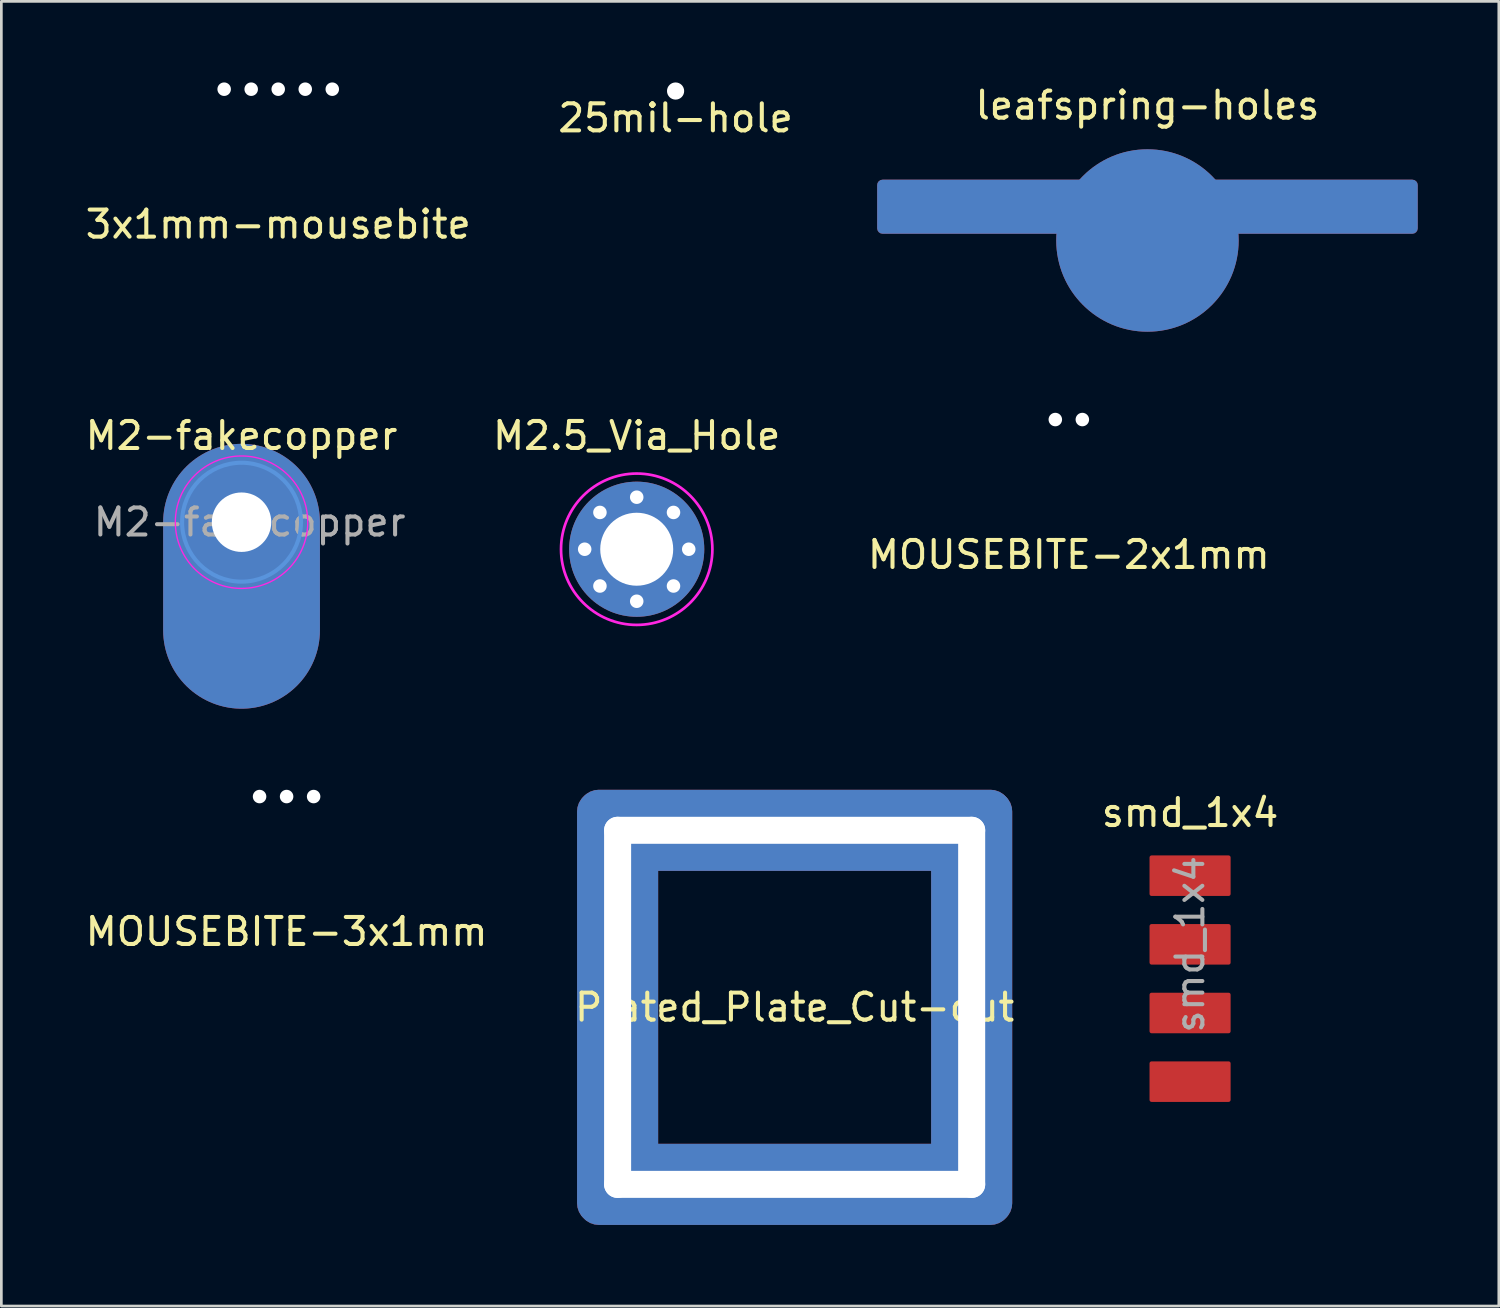
<source format=kicad_pcb>
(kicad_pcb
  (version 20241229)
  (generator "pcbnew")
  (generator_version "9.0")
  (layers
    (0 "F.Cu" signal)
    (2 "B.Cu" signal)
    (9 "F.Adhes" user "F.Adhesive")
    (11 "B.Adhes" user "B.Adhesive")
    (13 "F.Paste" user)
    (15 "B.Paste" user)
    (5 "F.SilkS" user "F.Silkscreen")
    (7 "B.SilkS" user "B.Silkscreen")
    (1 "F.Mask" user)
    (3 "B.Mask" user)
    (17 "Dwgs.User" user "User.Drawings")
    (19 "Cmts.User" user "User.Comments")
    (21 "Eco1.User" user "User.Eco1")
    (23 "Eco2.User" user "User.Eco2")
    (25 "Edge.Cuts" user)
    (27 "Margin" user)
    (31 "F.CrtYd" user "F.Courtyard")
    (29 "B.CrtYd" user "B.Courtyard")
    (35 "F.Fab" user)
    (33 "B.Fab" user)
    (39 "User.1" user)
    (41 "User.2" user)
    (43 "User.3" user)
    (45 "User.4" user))
  (footprint "smd_1x4"
    (layer "F.Cu")
    (at 40.982 33.16)
    (property "Reference" "smd_1x4" (at 0 -6.14 0) (layer "F.SilkS") (effects (font (size 1 1) (thickness 0.15))))
    (attr through_hole)
    (fp_text user "${REFERENCE}" (at 0 -1.27 270) (layer "F.Fab") (effects (font (size 1 1) (thickness 0.15))))
    (pad "1" smd roundrect (at 0 -3.81) (size 3 1.5) (layers "F.Cu" "F.Mask" "F.Paste") (roundrect_rratio 0.05))
    (pad "2" smd roundrect (at 0 -1.27) (size 3 1.5) (layers "F.Cu" "F.Mask" "F.Paste") (roundrect_rratio 0.05))
    (pad "3" smd roundrect (at 0 1.27) (size 3 1.5) (layers "F.Cu" "F.Mask" "F.Paste") (roundrect_rratio 0.05))
    (pad "4" smd roundrect (at 0 3.81) (size 3 1.5) (layers "F.Cu" "F.Mask" "F.Paste") (roundrect_rratio 0.05)))
  (footprint "3x1mm-mousebite"
    (layer "F.Cu")
    (at 7.244 0.25)
    (property "Reference" "3x1mm-mousebite" (at 0 5 0) (layer "F.SilkS") (effects (font (size 1 1) (thickness 0.15))))
    (attr through_hole)
    (pad "" np_thru_hole circle (at -2 0) (size 0.5 0.5) (drill 0.5) (layers "*.Cu" "*.Mask"))
    (pad "" np_thru_hole circle (at -1 0) (size 0.5 0.5) (drill 0.5) (layers "*.Cu" "*.Mask"))
    (pad "" np_thru_hole circle (at 0 0) (size 0.5 0.5) (drill 0.5) (layers "*.Cu" "*.Mask"))
    (pad "" np_thru_hole circle (at 1 0) (size 0.5 0.5) (drill 0.5) (layers "*.Cu" "*.Mask"))
    (pad "" np_thru_hole circle (at 2 0) (size 0.5 0.5) (drill 0.5) (layers "*.Cu" "*.Mask")))
  (footprint "MOUSEBITE-2x1mm"
    (layer "F.Cu")
    (at 36.496 12.473)
    (property "Reference" "MOUSEBITE-2x1mm" (at 0 5 0) (layer "F.SilkS") (effects (font (size 1 1) (thickness 0.15))))
    (attr through_hole)
    (pad "" np_thru_hole circle (at -0.5 0) (size 0.5 0.5) (drill 0.5) (layers "*.Cu" "*.Mask"))
    (pad "" np_thru_hole circle (at 0.5 0) (size 0.5 0.5) (drill 0.5) (layers "*.Cu" "*.Mask")))
  (footprint "25mil-hole"
    (layer "F.Cu")
    (at 21.946 0.318)
    (property "Reference" "25mil-hole" (at 0 1 0) (layer "F.SilkS") (effects (font (size 1 1) (thickness 0.15))))
    (attr through_hole)
    (pad "" np_thru_hole circle (at 0 0) (size 0.635 0.635) (drill 0.635) (layers "*.Cu" "*.Mask")))
  (footprint "M2-fakecopper"
    (layer "F.Cu")
    (at 5.887 16.271)
    (property "Reference" "M2-fakecopper" (at 0 -3.2 0) (layer "F.SilkS") (effects (font (size 1 1) (thickness 0.15))))
    (attr exclude_from_pos_files exclude_from_bom)
    (fp_circle (center 0 0) (end 2.2 0) (stroke (width 0.15) (type solid)) (fill no) (layer "Cmts.User"))
    (fp_circle (center 0 0) (end 2.45 0) (stroke (width 0.05) (type solid)) (fill no) (layer "F.CrtYd"))
    (fp_text user "${REFERENCE}" (at 0.3 0 0) (layer "F.Fab") (effects (font (size 1 1) (thickness 0.15))))
    (pad "" thru_hole oval (at 0 0) (size 5.8 9.8) (drill 2.2 (offset 0 2)) (layers "*.Cu" "F.Mask")))
  (footprint "MOUSEBITE-3x1mm"
    (layer "F.Cu")
    (at 7.554 26.422)
    (property "Reference" "MOUSEBITE-3x1mm" (at 0 5 0) (layer "F.SilkS") (effects (font (size 1 1) (thickness 0.15))))
    (attr through_hole)
    (pad "" np_thru_hole circle (at -1 0) (size 0.5 0.5) (drill 0.5) (layers "*.Cu" "*.Mask"))
    (pad "" np_thru_hole circle (at 0 0) (size 0.5 0.5) (drill 0.5) (layers "*.Cu" "*.Mask"))
    (pad "" np_thru_hole circle (at 1 0) (size 0.5 0.5) (drill 0.5) (layers "*.Cu" "*.Mask")))
  (footprint "Plated_Plate_Cut-out"
    (layer "F.Cu")
    (at 26.351 34.221)
    (property "Reference" "Plated_Plate_Cut-out" (at 0 0 0) (layer "F.SilkS") (effects (font (size 1 1) (thickness 0.15))))
    (attr through_hole)
    (pad "" thru_hole roundrect (at -6.55 0 90) (size 16 3) (drill oval 14.1 1) (layers "*.Cu" "*.Mask") (roundrect_rratio 0.25))
    (pad "" thru_hole roundrect (at 0 -6.55) (size 16 3) (drill oval 14.1 1) (layers "*.Cu" "*.Mask") (roundrect_rratio 0.25))
    (pad "" thru_hole roundrect (at 0 6.55 180) (size 16 3) (drill oval 14.1 1) (layers "*.Cu" "*.Mask") (roundrect_rratio 0.25))
    (pad "" thru_hole roundrect (at 6.55 0 270) (size 16 3) (drill oval 14.1 1) (layers "*.Cu" "*.Mask") (roundrect_rratio 0.25)))
  (footprint "M2.5_Via_Hole"
    (layer "F.Cu")
    (at 20.508 17.271)
    (property "Reference" "M2.5_Via_Hole" (at 0 -4.2 0) (layer "F.SilkS") (effects (font (size 1 1) (thickness 0.15))))
    (attr exclude_from_pos_files exclude_from_bom)
    (fp_circle (center 0 0) (end 2.8 0) (stroke (width 0.1) (type solid)) (fill no) (layer "F.CrtYd"))
    (pad "1" thru_hole circle (at -1.925 0) (size 0.8 0.8) (drill 0.5) (layers "*.Cu" "F.Mask"))
    (pad "1" thru_hole circle (at -1.361 -1.361) (size 0.8 0.8) (drill 0.5) (layers "*.Cu" "F.Mask"))
    (pad "1" thru_hole circle (at -1.361 1.361) (size 0.8 0.8) (drill 0.5) (layers "*.Cu" "F.Mask"))
    (pad "1" thru_hole circle (at 0 -1.925) (size 0.8 0.8) (drill 0.5) (layers "*.Cu" "F.Mask"))
    (pad "1" thru_hole circle (at 0 0) (size 5 5) (drill 2.7) (layers "*.Cu" "*.Mask"))
    (pad "1" thru_hole circle (at 0 1.925) (size 0.8 0.8) (drill 0.5) (layers "*.Cu" "F.Mask"))
    (pad "1" thru_hole circle (at 1.361 -1.361) (size 0.8 0.8) (drill 0.5) (layers "*.Cu" "F.Mask"))
    (pad "1" thru_hole circle (at 1.361 1.361) (size 0.8 0.8) (drill 0.5) (layers "*.Cu" "F.Mask"))
    (pad "1" thru_hole circle (at 1.925 0) (size 0.8 0.8) (drill 0.5) (layers "*.Cu" "F.Mask")))
  (footprint "leafspring-holes"
    (layer "F.Cu")
    (at 39.405 5.848)
    (property "Reference" "leafspring-holes" (at 0 -5 0) (layer "F.SilkS") (effects (font (size 1 1) (thickness 0.15))))
    (attr through_hole)
    (pad "" smd roundrect (at -5 -1.25) (size 10 2) (layers "F.Cu") (roundrect_rratio 0.1))
    (pad "" smd roundrect (at -5 -1.25) (size 10 2) (layers "B.Cu") (roundrect_rratio 0.1))
    (pad "" smd roundrect (at 5 -1.25) (size 10 2) (layers "F.Cu") (roundrect_rratio 0.1))
    (pad "" smd roundrect (at 5 -1.25) (size 10 2) (layers "B.Cu") (roundrect_rratio 0.1))
    (pad "1" smd circle (at 0 0) (size 6.75 6.75) (layers "F.Cu"))
    (pad "1" smd circle (at 0 0) (size 6.75 6.75) (layers "B.Cu")))
  (gr_rect
    (start -3 -3)
    (end 52.405 45.272)
    (stroke (width 0.1) (type default))
    (fill no)
    (layer "Edge.Cuts")))
</source>
